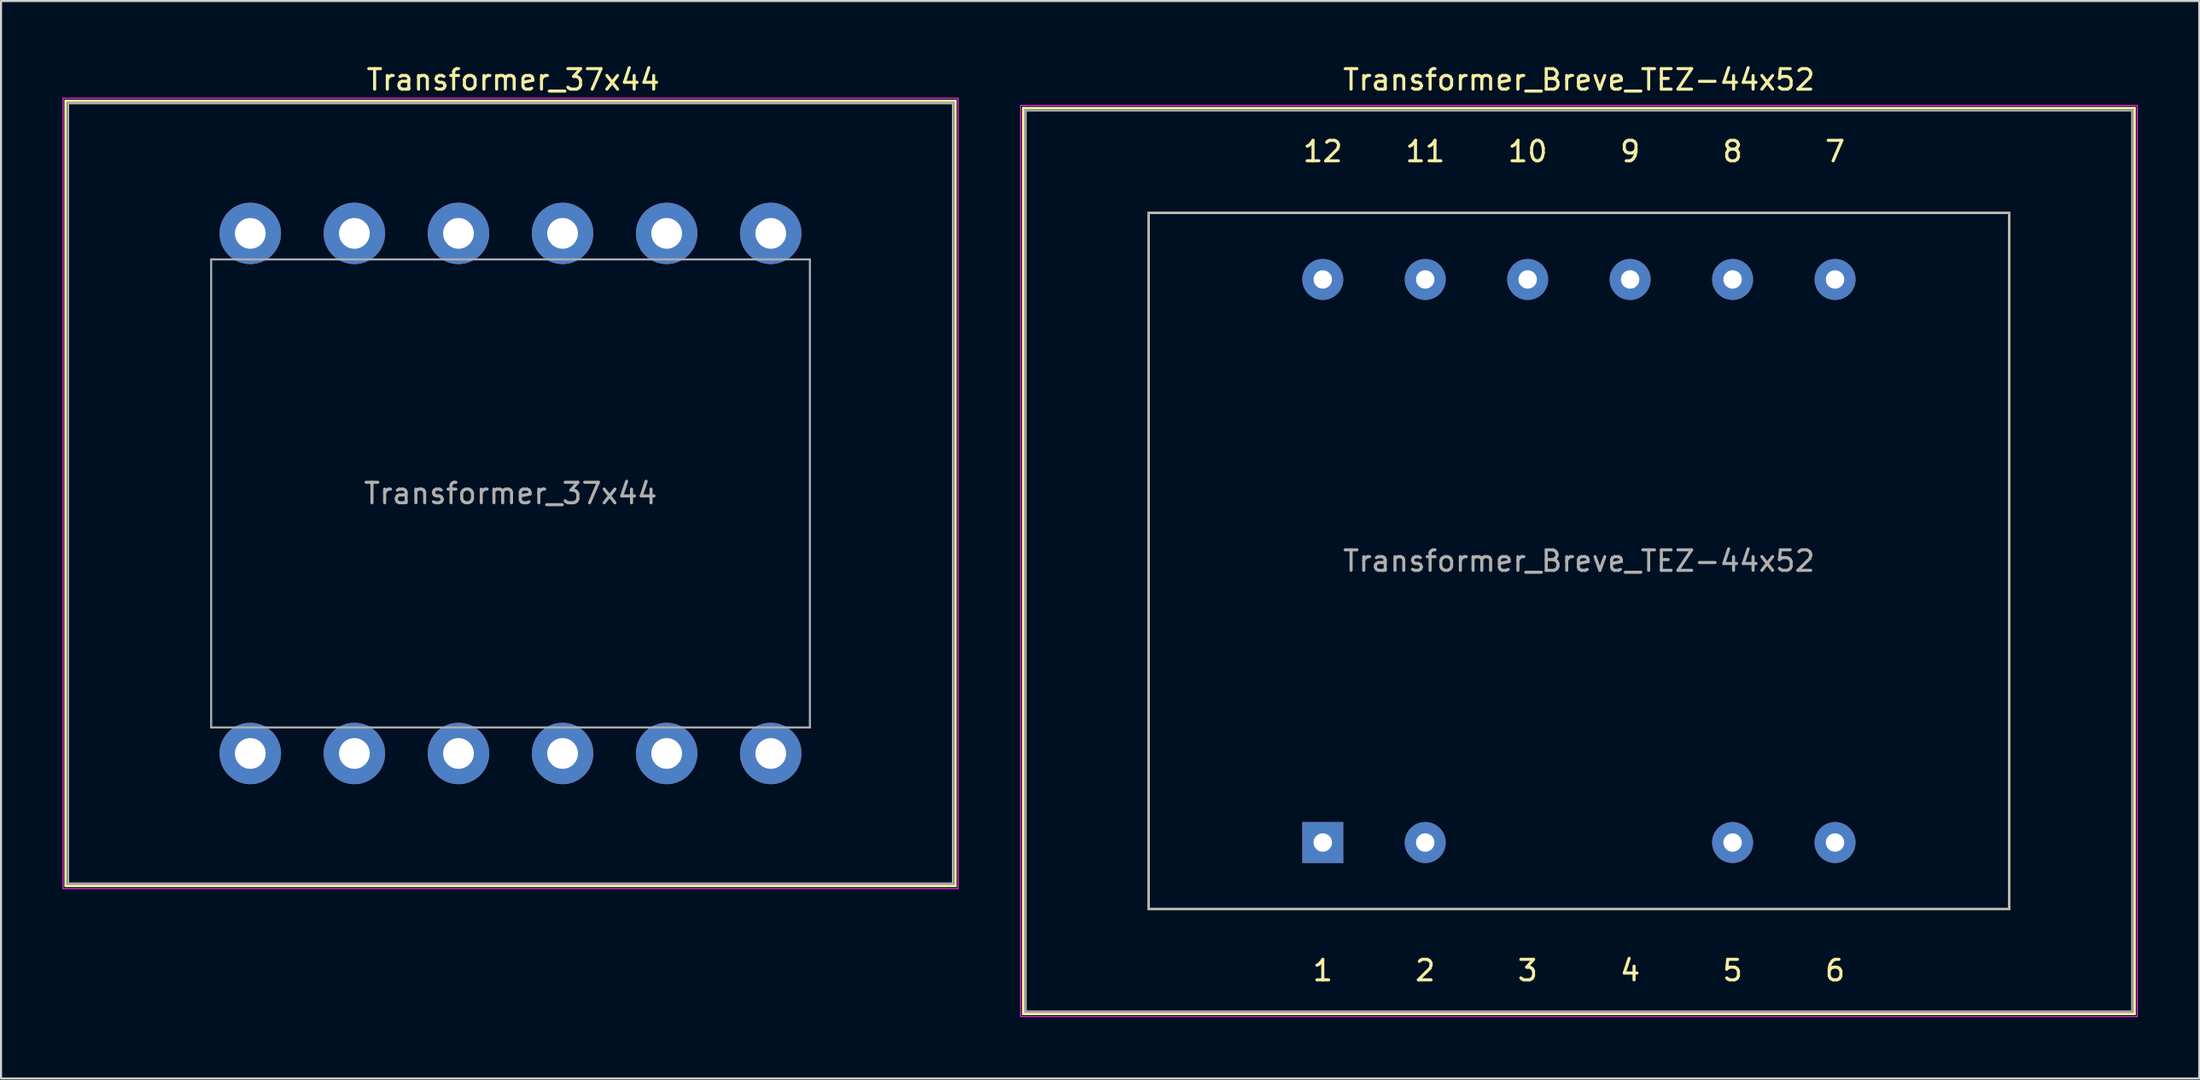
<source format=kicad_pcb>
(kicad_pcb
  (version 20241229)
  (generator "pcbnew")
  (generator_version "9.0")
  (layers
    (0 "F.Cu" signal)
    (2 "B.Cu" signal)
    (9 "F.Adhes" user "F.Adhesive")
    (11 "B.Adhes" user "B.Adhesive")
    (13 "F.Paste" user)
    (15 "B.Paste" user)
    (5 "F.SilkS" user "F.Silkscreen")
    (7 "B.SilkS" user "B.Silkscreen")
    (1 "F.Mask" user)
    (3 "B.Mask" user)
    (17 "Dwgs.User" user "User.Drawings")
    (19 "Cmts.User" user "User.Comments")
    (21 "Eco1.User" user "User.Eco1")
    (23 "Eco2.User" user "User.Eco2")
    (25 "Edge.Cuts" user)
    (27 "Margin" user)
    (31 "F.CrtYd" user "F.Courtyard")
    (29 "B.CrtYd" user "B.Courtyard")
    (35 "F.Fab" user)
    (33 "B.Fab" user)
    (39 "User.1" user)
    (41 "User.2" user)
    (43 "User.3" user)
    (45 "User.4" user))
  (footprint "Transformer_Breve_TEZ-44x52"
    (layer "F.Cu")
    (at 61.505 38.098)
    (property "Reference" "Transformer_Breve_TEZ-44x52" (at 12.5 -37.25 0) (layer "F.SilkS") (effects (font (size 1 1) (thickness 0.15))))
    (attr through_hole)
    (fp_line (start -14.62 -35.87) (end -14.62 8.37) (stroke (width 0.12) (type solid)) (layer "F.SilkS"))
    (fp_line (start -14.62 -35.87) (end 39.62 -35.87) (stroke (width 0.12) (type solid)) (layer "F.SilkS"))
    (fp_line (start -8.5 -30.75) (end 33.5 -30.75) (stroke (width 0.12) (type solid)) (layer "F.SilkS"))
    (fp_line (start -8.5 3.25) (end -8.5 -30.75) (stroke (width 0.12) (type solid)) (layer "F.SilkS"))
    (fp_line (start 33.5 -30.75) (end 33.5 3.25) (stroke (width 0.12) (type solid)) (layer "F.SilkS"))
    (fp_line (start 33.5 3.25) (end -8.5 3.25) (stroke (width 0.12) (type solid)) (layer "F.SilkS"))
    (fp_line (start 39.62 8.37) (end -14.62 8.37) (stroke (width 0.12) (type solid)) (layer "F.SilkS"))
    (fp_line (start 39.62 8.37) (end 39.62 -35.87) (stroke (width 0.12) (type solid)) (layer "F.SilkS"))
    (fp_line (start -14.75 -36) (end -14.75 8.5) (stroke (width 0.05) (type solid)) (layer "F.CrtYd"))
    (fp_line (start -14.75 -36) (end 39.75 -36) (stroke (width 0.05) (type solid)) (layer "F.CrtYd"))
    (fp_line (start 39.75 8.5) (end -14.75 8.5) (stroke (width 0.05) (type solid)) (layer "F.CrtYd"))
    (fp_line (start 39.75 8.5) (end 39.75 -36) (stroke (width 0.05) (type solid)) (layer "F.CrtYd"))
    (fp_line (start -14.5 -35.75) (end 39.5 -35.75) (stroke (width 0.1) (type solid)) (layer "F.Fab"))
    (fp_line (start -14.5 8.25) (end -14.5 -35.75) (stroke (width 0.1) (type solid)) (layer "F.Fab"))
    (fp_line (start -8.5 -30.75) (end 33.5 -30.75) (stroke (width 0.1) (type solid)) (layer "F.Fab"))
    (fp_line (start -8.5 3.25) (end -8.5 -30.75) (stroke (width 0.1) (type solid)) (layer "F.Fab"))
    (fp_line (start 33.5 -30.75) (end 33.5 3.25) (stroke (width 0.1) (type solid)) (layer "F.Fab"))
    (fp_line (start 33.5 3.25) (end -8.5 3.25) (stroke (width 0.1) (type solid)) (layer "F.Fab"))
    (fp_line (start 39.5 -35.75) (end 39.5 8.25) (stroke (width 0.1) (type solid)) (layer "F.Fab"))
    (fp_line (start 39.5 8.25) (end -14.5 8.25) (stroke (width 0.1) (type solid)) (layer "F.Fab"))
    (fp_text user "4" (at 15 6.25 0) (layer "F.SilkS") (effects (font (size 1 1) (thickness 0.15))))
    (fp_text user "7" (at 25 -33.75 0) (layer "F.SilkS") (effects (font (size 1 1) (thickness 0.15))))
    (fp_text user "9" (at 15 -33.75 0) (layer "F.SilkS") (effects (font (size 1 1) (thickness 0.15))))
    (fp_text user "12" (at 0 -33.75 0) (layer "F.SilkS") (effects (font (size 1 1) (thickness 0.15))))
    (fp_text user "1" (at 0 6.25 0) (layer "F.SilkS") (effects (font (size 1 1) (thickness 0.15))))
    (fp_text user "5" (at 20 6.25 0) (layer "F.SilkS") (effects (font (size 1 1) (thickness 0.15))))
    (fp_text user "6" (at 25 6.25 0) (layer "F.SilkS") (effects (font (size 1 1) (thickness 0.15))))
    (fp_text user "8" (at 20 -33.75 0) (layer "F.SilkS") (effects (font (size 1 1) (thickness 0.15))))
    (fp_text user "3" (at 10 6.25 0) (layer "F.SilkS") (effects (font (size 1 1) (thickness 0.15))))
    (fp_text user "11" (at 5 -33.75 0) (layer "F.SilkS") (effects (font (size 1 1) (thickness 0.15))))
    (fp_text user "10" (at 10 -33.75 0) (layer "F.SilkS") (effects (font (size 1 1) (thickness 0.15))))
    (fp_text user "2" (at 5 6.25 0) (layer "F.SilkS") (effects (font (size 1 1) (thickness 0.15))))
    (fp_text user "${REFERENCE}" (at 12.5 -13.75 0) (layer "F.Fab") (effects (font (size 1 1) (thickness 0.15))))
    (pad "1" thru_hole rect (at 0 0) (size 2 2) (drill 0.9) (layers "*.Cu" "*.Mask"))
    (pad "2" thru_hole circle (at 5 0) (size 2 2) (drill 0.9) (layers "*.Cu" "*.Mask"))
    (pad "5" thru_hole circle (at 20 0) (size 2 2) (drill 0.9) (layers "*.Cu" "*.Mask"))
    (pad "6" thru_hole circle (at 25 0) (size 2 2) (drill 0.9) (layers "*.Cu" "*.Mask"))
    (pad "7" thru_hole circle (at 25 -27.5) (size 2 2) (drill 0.9) (layers "*.Cu" "*.Mask"))
    (pad "8" thru_hole circle (at 20 -27.5) (size 2 2) (drill 0.9) (layers "*.Cu" "*.Mask"))
    (pad "9" thru_hole circle (at 15 -27.5) (size 2 2) (drill 0.9) (layers "*.Cu" "*.Mask"))
    (pad "10" thru_hole circle (at 10 -27.5) (size 2 2) (drill 0.9) (layers "*.Cu" "*.Mask"))
    (pad "11" thru_hole circle (at 5 -27.5) (size 2 2) (drill 0.9) (layers "*.Cu" "*.Mask"))
    (pad "12" thru_hole circle (at 0 -27.5) (size 2 2) (drill 0.9) (layers "*.Cu" "*.Mask")))
  (footprint "Transformer_37x44"
    (layer "F.Cu")
    (at 14.245 8.348)
    (property "Reference" "Transformer_37x44" (at 7.75 -7.5 0) (layer "F.SilkS") (effects (font (size 1 1) (thickness 0.15))))
    (attr through_hole)
    (fp_line (start -14.09 -6.47) (end -14.09 31.87) (stroke (width 0.12) (type solid)) (layer "F.SilkS"))
    (fp_line (start -14.09 -6.47) (end 29.33 -6.47) (stroke (width 0.12) (type solid)) (layer "F.SilkS"))
    (fp_line (start 29.33 31.87) (end -14.09 31.87) (stroke (width 0.12) (type solid)) (layer "F.SilkS"))
    (fp_line (start 29.33 31.87) (end 29.33 -6.47) (stroke (width 0.12) (type solid)) (layer "F.SilkS"))
    (fp_line (start -14.22 -6.6) (end -14.22 32) (stroke (width 0.05) (type solid)) (layer "F.CrtYd"))
    (fp_line (start -14.22 -6.6) (end 29.46 -6.6) (stroke (width 0.05) (type solid)) (layer "F.CrtYd"))
    (fp_line (start 29.46 32) (end -14.22 32) (stroke (width 0.05) (type solid)) (layer "F.CrtYd"))
    (fp_line (start 29.46 32) (end 29.46 -6.6) (stroke (width 0.05) (type solid)) (layer "F.CrtYd"))
    (fp_line (start -13.97 -6.35) (end 29.21 -6.35) (stroke (width 0.1) (type solid)) (layer "F.Fab"))
    (fp_line (start -13.97 31.75) (end -13.97 -6.35) (stroke (width 0.1) (type solid)) (layer "F.Fab"))
    (fp_line (start -6.99 1.27) (end 22.23 1.27) (stroke (width 0.1) (type solid)) (layer "F.Fab"))
    (fp_line (start -6.99 24.13) (end -6.99 1.27) (stroke (width 0.1) (type solid)) (layer "F.Fab"))
    (fp_line (start 22.23 1.27) (end 22.23 24.13) (stroke (width 0.1) (type solid)) (layer "F.Fab"))
    (fp_line (start 22.23 24.13) (end -6.99 24.13) (stroke (width 0.1) (type solid)) (layer "F.Fab"))
    (fp_line (start 29.21 -6.35) (end 29.21 31.75) (stroke (width 0.1) (type solid)) (layer "F.Fab"))
    (fp_line (start 29.21 31.75) (end -13.97 31.75) (stroke (width 0.1) (type solid)) (layer "F.Fab"))
    (fp_text user "${REFERENCE}" (at 7.62 12.7 0) (layer "F.Fab") (effects (font (size 1 1) (thickness 0.15))))
    (pad "" thru_hole circle (at -5.08 0) (size 3 3) (drill 1.5) (layers "*.Cu" "*.Mask"))
    (pad "" thru_hole circle (at 0 25.4) (size 3 3) (drill 1.5) (layers "*.Cu" "*.Mask"))
    (pad "" thru_hole circle (at 5.08 0) (size 3 3) (drill 1.5) (layers "*.Cu" "*.Mask"))
    (pad "" thru_hole circle (at 10.16 0) (size 3 3) (drill 1.5) (layers "*.Cu" "*.Mask"))
    (pad "" thru_hole circle (at 10.16 25.4) (size 3 3) (drill 1.5) (layers "*.Cu" "*.Mask"))
    (pad "" thru_hole circle (at 15.24 0) (size 3 3) (drill 1.5) (layers "*.Cu" "*.Mask"))
    (pad "" thru_hole circle (at 15.24 25.4) (size 3 3) (drill 1.5) (layers "*.Cu" "*.Mask"))
    (pad "" thru_hole circle (at 20.32 25.4) (size 3 3) (drill 1.5) (layers "*.Cu" "*.Mask"))
    (pad "1" thru_hole circle (at 0 0) (size 3 3) (drill 1.5) (layers "*.Cu" "*.Mask"))
    (pad "2" thru_hole circle (at 20.32 0) (size 3 3) (drill 1.5) (layers "*.Cu" "*.Mask"))
    (pad "3" thru_hole circle (at 5.08 25.4) (size 3 3) (drill 1.5) (layers "*.Cu" "*.Mask"))
    (pad "4" thru_hole circle (at -5.08 25.4) (size 3 3) (drill 1.5) (layers "*.Cu" "*.Mask")))
  (gr_rect
    (start -3 -3)
    (end 104.28 49.623)
    (stroke (width 0.1) (type default))
    (fill no)
    (layer "Edge.Cuts")))
</source>
